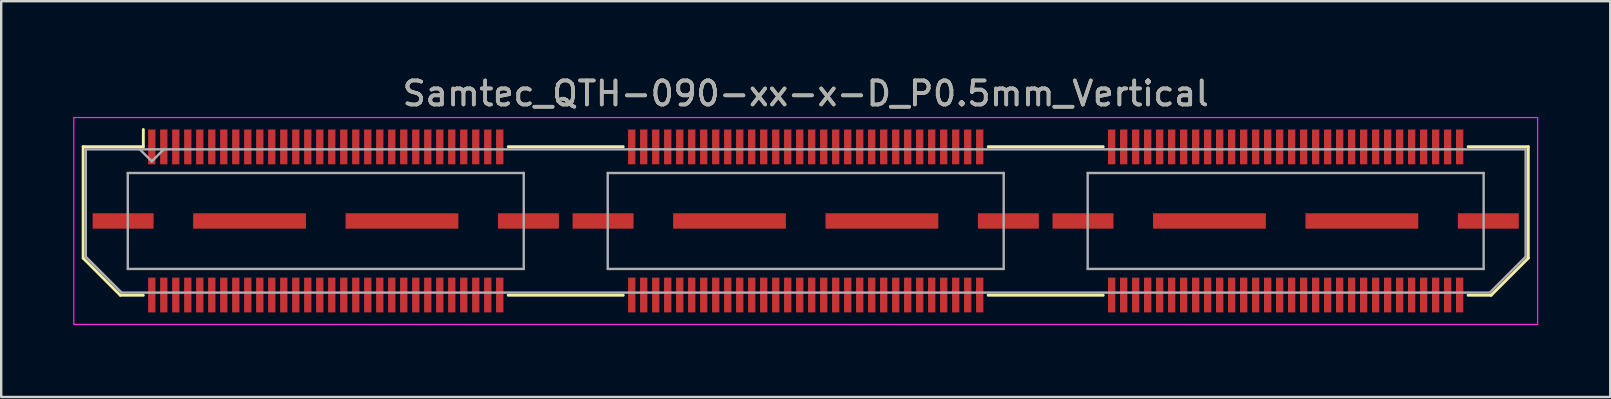
<source format=kicad_pcb>
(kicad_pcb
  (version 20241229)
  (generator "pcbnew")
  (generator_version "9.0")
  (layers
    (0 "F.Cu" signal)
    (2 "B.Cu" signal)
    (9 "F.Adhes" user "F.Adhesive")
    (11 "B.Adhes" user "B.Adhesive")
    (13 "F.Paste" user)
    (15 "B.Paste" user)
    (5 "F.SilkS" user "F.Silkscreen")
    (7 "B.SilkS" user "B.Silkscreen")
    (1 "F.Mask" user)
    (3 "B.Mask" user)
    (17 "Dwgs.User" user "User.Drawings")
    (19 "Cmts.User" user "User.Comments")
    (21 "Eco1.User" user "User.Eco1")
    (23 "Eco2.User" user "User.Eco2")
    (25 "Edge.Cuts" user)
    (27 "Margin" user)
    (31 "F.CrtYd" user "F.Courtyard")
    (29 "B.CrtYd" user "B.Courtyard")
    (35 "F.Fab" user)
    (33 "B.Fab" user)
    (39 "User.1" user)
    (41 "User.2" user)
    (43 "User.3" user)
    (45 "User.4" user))
  (footprint "Samtec_QTH-090-xx-x-D_P0.5mm_Vertical"
    (layer "F.Cu")
    (at 30.525 6.158)
    (property "Reference" "Samtec_QTH-090-xx-x-D_P0.5mm_Vertical" (at 0 -5.31 0) (layer "F.SilkS") (effects (font (size 1 1) (thickness 0.15))))
    (attr smd)
    (fp_line (start -30.11 -3.095) (end -30.11 1.548) (stroke (width 0.12) (type solid)) (layer "F.SilkS"))
    (fp_line (start -30.11 1.548) (end -28.562 3.095) (stroke (width 0.12) (type solid)) (layer "F.SilkS"))
    (fp_line (start -28.562 3.095) (end -27.602 3.095) (stroke (width 0.12) (type solid)) (layer "F.SilkS"))
    (fp_line (start -27.602 -3.811) (end -27.602 -3.095) (stroke (width 0.12) (type solid)) (layer "F.SilkS"))
    (fp_line (start -27.602 -3.095) (end -30.11 -3.095) (stroke (width 0.12) (type solid)) (layer "F.SilkS"))
    (fp_line (start -12.398 -3.095) (end -7.603 -3.095) (stroke (width 0.12) (type solid)) (layer "F.SilkS"))
    (fp_line (start -12.398 3.095) (end -7.603 3.095) (stroke (width 0.12) (type solid)) (layer "F.SilkS"))
    (fp_line (start 7.603 -3.095) (end 12.398 -3.095) (stroke (width 0.12) (type solid)) (layer "F.SilkS"))
    (fp_line (start 7.603 3.095) (end 12.398 3.095) (stroke (width 0.12) (type solid)) (layer "F.SilkS"))
    (fp_line (start 27.602 -3.095) (end 30.11 -3.095) (stroke (width 0.12) (type solid)) (layer "F.SilkS"))
    (fp_line (start 28.562 3.095) (end 27.602 3.095) (stroke (width 0.12) (type solid)) (layer "F.SilkS"))
    (fp_line (start 30.11 -3.095) (end 30.11 1.548) (stroke (width 0.12) (type solid)) (layer "F.SilkS"))
    (fp_line (start 30.11 1.548) (end 28.562 3.095) (stroke (width 0.12) (type solid)) (layer "F.SilkS"))
    (fp_line (start -30.5 -4.31) (end -30.5 4.31) (stroke (width 0.05) (type solid)) (layer "F.CrtYd"))
    (fp_line (start -30.5 4.31) (end 30.5 4.31) (stroke (width 0.05) (type solid)) (layer "F.CrtYd"))
    (fp_line (start 30.5 -4.31) (end -30.5 -4.31) (stroke (width 0.05) (type solid)) (layer "F.CrtYd"))
    (fp_line (start 30.5 4.31) (end 30.5 -4.31) (stroke (width 0.05) (type solid)) (layer "F.CrtYd"))
    (fp_line (start -30 -2.985) (end -30 1.492) (stroke (width 0.1) (type solid)) (layer "F.Fab"))
    (fp_line (start -30 -2.985) (end 30 -2.985) (stroke (width 0.1) (type solid)) (layer "F.Fab"))
    (fp_line (start -30 1.492) (end -28.508 2.985) (stroke (width 0.1) (type solid)) (layer "F.Fab"))
    (fp_line (start -28.508 2.985) (end 28.508 2.985) (stroke (width 0.1) (type solid)) (layer "F.Fab"))
    (fp_line (start -28.25 -2) (end -28.25 2) (stroke (width 0.1) (type solid)) (layer "F.Fab"))
    (fp_line (start -28.25 2) (end -11.75 2) (stroke (width 0.1) (type solid)) (layer "F.Fab"))
    (fp_line (start -27.25 -2.485) (end -27.75 -2.985) (stroke (width 0.1) (type solid)) (layer "F.Fab"))
    (fp_line (start -26.75 -2.985) (end -27.25 -2.485) (stroke (width 0.1) (type solid)) (layer "F.Fab"))
    (fp_line (start -11.75 -2) (end -28.25 -2) (stroke (width 0.1) (type solid)) (layer "F.Fab"))
    (fp_line (start -11.75 2) (end -11.75 -2) (stroke (width 0.1) (type solid)) (layer "F.Fab"))
    (fp_line (start -8.25 -2) (end -8.25 2) (stroke (width 0.1) (type solid)) (layer "F.Fab"))
    (fp_line (start -8.25 2) (end 8.25 2) (stroke (width 0.1) (type solid)) (layer "F.Fab"))
    (fp_line (start 8.25 -2) (end -8.25 -2) (stroke (width 0.1) (type solid)) (layer "F.Fab"))
    (fp_line (start 8.25 2) (end 8.25 -2) (stroke (width 0.1) (type solid)) (layer "F.Fab"))
    (fp_line (start 11.75 -2) (end 11.75 2) (stroke (width 0.1) (type solid)) (layer "F.Fab"))
    (fp_line (start 11.75 2) (end 28.25 2) (stroke (width 0.1) (type solid)) (layer "F.Fab"))
    (fp_line (start 28.25 -2) (end 11.75 -2) (stroke (width 0.1) (type solid)) (layer "F.Fab"))
    (fp_line (start 28.25 2) (end 28.25 -2) (stroke (width 0.1) (type solid)) (layer "F.Fab"))
    (fp_line (start 30 -2.985) (end 30 1.492) (stroke (width 0.1) (type solid)) (layer "F.Fab"))
    (fp_line (start 30 1.492) (end 28.508 2.985) (stroke (width 0.1) (type solid)) (layer "F.Fab"))
    (fp_text user "${REFERENCE}" (at 0 -5.31 0) (layer "F.Fab") (effects (font (size 1 1) (thickness 0.15))))
    (pad "1" smd rect (at -27.25 -3.086) (size 0.305 1.45) (layers "F.Cu" "F.Mask" "F.Paste"))
    (pad "2" smd rect (at -27.25 3.086) (size 0.305 1.45) (layers "F.Cu" "F.Mask" "F.Paste"))
    (pad "3" smd rect (at -26.75 -3.086) (size 0.305 1.45) (layers "F.Cu" "F.Mask" "F.Paste"))
    (pad "4" smd rect (at -26.75 3.086) (size 0.305 1.45) (layers "F.Cu" "F.Mask" "F.Paste"))
    (pad "5" smd rect (at -26.25 -3.086) (size 0.305 1.45) (layers "F.Cu" "F.Mask" "F.Paste"))
    (pad "6" smd rect (at -26.25 3.086) (size 0.305 1.45) (layers "F.Cu" "F.Mask" "F.Paste"))
    (pad "7" smd rect (at -25.75 -3.086) (size 0.305 1.45) (layers "F.Cu" "F.Mask" "F.Paste"))
    (pad "8" smd rect (at -25.75 3.086) (size 0.305 1.45) (layers "F.Cu" "F.Mask" "F.Paste"))
    (pad "9" smd rect (at -25.25 -3.086) (size 0.305 1.45) (layers "F.Cu" "F.Mask" "F.Paste"))
    (pad "10" smd rect (at -25.25 3.086) (size 0.305 1.45) (layers "F.Cu" "F.Mask" "F.Paste"))
    (pad "11" smd rect (at -24.75 -3.086) (size 0.305 1.45) (layers "F.Cu" "F.Mask" "F.Paste"))
    (pad "12" smd rect (at -24.75 3.086) (size 0.305 1.45) (layers "F.Cu" "F.Mask" "F.Paste"))
    (pad "13" smd rect (at -24.25 -3.086) (size 0.305 1.45) (layers "F.Cu" "F.Mask" "F.Paste"))
    (pad "14" smd rect (at -24.25 3.086) (size 0.305 1.45) (layers "F.Cu" "F.Mask" "F.Paste"))
    (pad "15" smd rect (at -23.75 -3.086) (size 0.305 1.45) (layers "F.Cu" "F.Mask" "F.Paste"))
    (pad "16" smd rect (at -23.75 3.086) (size 0.305 1.45) (layers "F.Cu" "F.Mask" "F.Paste"))
    (pad "17" smd rect (at -23.25 -3.086) (size 0.305 1.45) (layers "F.Cu" "F.Mask" "F.Paste"))
    (pad "18" smd rect (at -23.25 3.086) (size 0.305 1.45) (layers "F.Cu" "F.Mask" "F.Paste"))
    (pad "19" smd rect (at -22.75 -3.086) (size 0.305 1.45) (layers "F.Cu" "F.Mask" "F.Paste"))
    (pad "20" smd rect (at -22.75 3.086) (size 0.305 1.45) (layers "F.Cu" "F.Mask" "F.Paste"))
    (pad "21" smd rect (at -22.25 -3.086) (size 0.305 1.45) (layers "F.Cu" "F.Mask" "F.Paste"))
    (pad "22" smd rect (at -22.25 3.086) (size 0.305 1.45) (layers "F.Cu" "F.Mask" "F.Paste"))
    (pad "23" smd rect (at -21.75 -3.086) (size 0.305 1.45) (layers "F.Cu" "F.Mask" "F.Paste"))
    (pad "24" smd rect (at -21.75 3.086) (size 0.305 1.45) (layers "F.Cu" "F.Mask" "F.Paste"))
    (pad "25" smd rect (at -21.25 -3.086) (size 0.305 1.45) (layers "F.Cu" "F.Mask" "F.Paste"))
    (pad "26" smd rect (at -21.25 3.086) (size 0.305 1.45) (layers "F.Cu" "F.Mask" "F.Paste"))
    (pad "27" smd rect (at -20.75 -3.086) (size 0.305 1.45) (layers "F.Cu" "F.Mask" "F.Paste"))
    (pad "28" smd rect (at -20.75 3.086) (size 0.305 1.45) (layers "F.Cu" "F.Mask" "F.Paste"))
    (pad "29" smd rect (at -20.25 -3.086) (size 0.305 1.45) (layers "F.Cu" "F.Mask" "F.Paste"))
    (pad "30" smd rect (at -20.25 3.086) (size 0.305 1.45) (layers "F.Cu" "F.Mask" "F.Paste"))
    (pad "31" smd rect (at -19.75 -3.086) (size 0.305 1.45) (layers "F.Cu" "F.Mask" "F.Paste"))
    (pad "32" smd rect (at -19.75 3.086) (size 0.305 1.45) (layers "F.Cu" "F.Mask" "F.Paste"))
    (pad "33" smd rect (at -19.25 -3.086) (size 0.305 1.45) (layers "F.Cu" "F.Mask" "F.Paste"))
    (pad "34" smd rect (at -19.25 3.086) (size 0.305 1.45) (layers "F.Cu" "F.Mask" "F.Paste"))
    (pad "35" smd rect (at -18.75 -3.086) (size 0.305 1.45) (layers "F.Cu" "F.Mask" "F.Paste"))
    (pad "36" smd rect (at -18.75 3.086) (size 0.305 1.45) (layers "F.Cu" "F.Mask" "F.Paste"))
    (pad "37" smd rect (at -18.25 -3.086) (size 0.305 1.45) (layers "F.Cu" "F.Mask" "F.Paste"))
    (pad "38" smd rect (at -18.25 3.086) (size 0.305 1.45) (layers "F.Cu" "F.Mask" "F.Paste"))
    (pad "39" smd rect (at -17.75 -3.086) (size 0.305 1.45) (layers "F.Cu" "F.Mask" "F.Paste"))
    (pad "40" smd rect (at -17.75 3.086) (size 0.305 1.45) (layers "F.Cu" "F.Mask" "F.Paste"))
    (pad "41" smd rect (at -17.25 -3.086) (size 0.305 1.45) (layers "F.Cu" "F.Mask" "F.Paste"))
    (pad "42" smd rect (at -17.25 3.086) (size 0.305 1.45) (layers "F.Cu" "F.Mask" "F.Paste"))
    (pad "43" smd rect (at -16.75 -3.086) (size 0.305 1.45) (layers "F.Cu" "F.Mask" "F.Paste"))
    (pad "44" smd rect (at -16.75 3.086) (size 0.305 1.45) (layers "F.Cu" "F.Mask" "F.Paste"))
    (pad "45" smd rect (at -16.25 -3.086) (size 0.305 1.45) (layers "F.Cu" "F.Mask" "F.Paste"))
    (pad "46" smd rect (at -16.25 3.086) (size 0.305 1.45) (layers "F.Cu" "F.Mask" "F.Paste"))
    (pad "47" smd rect (at -15.75 -3.086) (size 0.305 1.45) (layers "F.Cu" "F.Mask" "F.Paste"))
    (pad "48" smd rect (at -15.75 3.086) (size 0.305 1.45) (layers "F.Cu" "F.Mask" "F.Paste"))
    (pad "49" smd rect (at -15.25 -3.086) (size 0.305 1.45) (layers "F.Cu" "F.Mask" "F.Paste"))
    (pad "50" smd rect (at -15.25 3.086) (size 0.305 1.45) (layers "F.Cu" "F.Mask" "F.Paste"))
    (pad "51" smd rect (at -14.75 -3.086) (size 0.305 1.45) (layers "F.Cu" "F.Mask" "F.Paste"))
    (pad "52" smd rect (at -14.75 3.086) (size 0.305 1.45) (layers "F.Cu" "F.Mask" "F.Paste"))
    (pad "53" smd rect (at -14.25 -3.086) (size 0.305 1.45) (layers "F.Cu" "F.Mask" "F.Paste"))
    (pad "54" smd rect (at -14.25 3.086) (size 0.305 1.45) (layers "F.Cu" "F.Mask" "F.Paste"))
    (pad "55" smd rect (at -13.75 -3.086) (size 0.305 1.45) (layers "F.Cu" "F.Mask" "F.Paste"))
    (pad "56" smd rect (at -13.75 3.086) (size 0.305 1.45) (layers "F.Cu" "F.Mask" "F.Paste"))
    (pad "57" smd rect (at -13.25 -3.086) (size 0.305 1.45) (layers "F.Cu" "F.Mask" "F.Paste"))
    (pad "58" smd rect (at -13.25 3.086) (size 0.305 1.45) (layers "F.Cu" "F.Mask" "F.Paste"))
    (pad "59" smd rect (at -12.75 -3.086) (size 0.305 1.45) (layers "F.Cu" "F.Mask" "F.Paste"))
    (pad "60" smd rect (at -12.75 3.086) (size 0.305 1.45) (layers "F.Cu" "F.Mask" "F.Paste"))
    (pad "61" smd rect (at -7.25 -3.086) (size 0.305 1.45) (layers "F.Cu" "F.Mask" "F.Paste"))
    (pad "62" smd rect (at -7.25 3.086) (size 0.305 1.45) (layers "F.Cu" "F.Mask" "F.Paste"))
    (pad "63" smd rect (at -6.75 -3.086) (size 0.305 1.45) (layers "F.Cu" "F.Mask" "F.Paste"))
    (pad "64" smd rect (at -6.75 3.086) (size 0.305 1.45) (layers "F.Cu" "F.Mask" "F.Paste"))
    (pad "65" smd rect (at -6.25 -3.086) (size 0.305 1.45) (layers "F.Cu" "F.Mask" "F.Paste"))
    (pad "66" smd rect (at -6.25 3.086) (size 0.305 1.45) (layers "F.Cu" "F.Mask" "F.Paste"))
    (pad "67" smd rect (at -5.75 -3.086) (size 0.305 1.45) (layers "F.Cu" "F.Mask" "F.Paste"))
    (pad "68" smd rect (at -5.75 3.086) (size 0.305 1.45) (layers "F.Cu" "F.Mask" "F.Paste"))
    (pad "69" smd rect (at -5.25 -3.086) (size 0.305 1.45) (layers "F.Cu" "F.Mask" "F.Paste"))
    (pad "70" smd rect (at -5.25 3.086) (size 0.305 1.45) (layers "F.Cu" "F.Mask" "F.Paste"))
    (pad "71" smd rect (at -4.75 -3.086) (size 0.305 1.45) (layers "F.Cu" "F.Mask" "F.Paste"))
    (pad "72" smd rect (at -4.75 3.086) (size 0.305 1.45) (layers "F.Cu" "F.Mask" "F.Paste"))
    (pad "73" smd rect (at -4.25 -3.086) (size 0.305 1.45) (layers "F.Cu" "F.Mask" "F.Paste"))
    (pad "74" smd rect (at -4.25 3.086) (size 0.305 1.45) (layers "F.Cu" "F.Mask" "F.Paste"))
    (pad "75" smd rect (at -3.75 -3.086) (size 0.305 1.45) (layers "F.Cu" "F.Mask" "F.Paste"))
    (pad "76" smd rect (at -3.75 3.086) (size 0.305 1.45) (layers "F.Cu" "F.Mask" "F.Paste"))
    (pad "77" smd rect (at -3.25 -3.086) (size 0.305 1.45) (layers "F.Cu" "F.Mask" "F.Paste"))
    (pad "78" smd rect (at -3.25 3.086) (size 0.305 1.45) (layers "F.Cu" "F.Mask" "F.Paste"))
    (pad "79" smd rect (at -2.75 -3.086) (size 0.305 1.45) (layers "F.Cu" "F.Mask" "F.Paste"))
    (pad "80" smd rect (at -2.75 3.086) (size 0.305 1.45) (layers "F.Cu" "F.Mask" "F.Paste"))
    (pad "81" smd rect (at -2.25 -3.086) (size 0.305 1.45) (layers "F.Cu" "F.Mask" "F.Paste"))
    (pad "82" smd rect (at -2.25 3.086) (size 0.305 1.45) (layers "F.Cu" "F.Mask" "F.Paste"))
    (pad "83" smd rect (at -1.75 -3.086) (size 0.305 1.45) (layers "F.Cu" "F.Mask" "F.Paste"))
    (pad "84" smd rect (at -1.75 3.086) (size 0.305 1.45) (layers "F.Cu" "F.Mask" "F.Paste"))
    (pad "85" smd rect (at -1.25 -3.086) (size 0.305 1.45) (layers "F.Cu" "F.Mask" "F.Paste"))
    (pad "86" smd rect (at -1.25 3.086) (size 0.305 1.45) (layers "F.Cu" "F.Mask" "F.Paste"))
    (pad "87" smd rect (at -0.75 -3.086) (size 0.305 1.45) (layers "F.Cu" "F.Mask" "F.Paste"))
    (pad "88" smd rect (at -0.75 3.086) (size 0.305 1.45) (layers "F.Cu" "F.Mask" "F.Paste"))
    (pad "89" smd rect (at -0.25 -3.086) (size 0.305 1.45) (layers "F.Cu" "F.Mask" "F.Paste"))
    (pad "90" smd rect (at -0.25 3.086) (size 0.305 1.45) (layers "F.Cu" "F.Mask" "F.Paste"))
    (pad "91" smd rect (at 0.25 -3.086) (size 0.305 1.45) (layers "F.Cu" "F.Mask" "F.Paste"))
    (pad "92" smd rect (at 0.25 3.086) (size 0.305 1.45) (layers "F.Cu" "F.Mask" "F.Paste"))
    (pad "93" smd rect (at 0.75 -3.086) (size 0.305 1.45) (layers "F.Cu" "F.Mask" "F.Paste"))
    (pad "94" smd rect (at 0.75 3.086) (size 0.305 1.45) (layers "F.Cu" "F.Mask" "F.Paste"))
    (pad "95" smd rect (at 1.25 -3.086) (size 0.305 1.45) (layers "F.Cu" "F.Mask" "F.Paste"))
    (pad "96" smd rect (at 1.25 3.086) (size 0.305 1.45) (layers "F.Cu" "F.Mask" "F.Paste"))
    (pad "97" smd rect (at 1.75 -3.086) (size 0.305 1.45) (layers "F.Cu" "F.Mask" "F.Paste"))
    (pad "98" smd rect (at 1.75 3.086) (size 0.305 1.45) (layers "F.Cu" "F.Mask" "F.Paste"))
    (pad "99" smd rect (at 2.25 -3.086) (size 0.305 1.45) (layers "F.Cu" "F.Mask" "F.Paste"))
    (pad "100" smd rect (at 2.25 3.086) (size 0.305 1.45) (layers "F.Cu" "F.Mask" "F.Paste"))
    (pad "101" smd rect (at 2.75 -3.086) (size 0.305 1.45) (layers "F.Cu" "F.Mask" "F.Paste"))
    (pad "102" smd rect (at 2.75 3.086) (size 0.305 1.45) (layers "F.Cu" "F.Mask" "F.Paste"))
    (pad "103" smd rect (at 3.25 -3.086) (size 0.305 1.45) (layers "F.Cu" "F.Mask" "F.Paste"))
    (pad "104" smd rect (at 3.25 3.086) (size 0.305 1.45) (layers "F.Cu" "F.Mask" "F.Paste"))
    (pad "105" smd rect (at 3.75 -3.086) (size 0.305 1.45) (layers "F.Cu" "F.Mask" "F.Paste"))
    (pad "106" smd rect (at 3.75 3.086) (size 0.305 1.45) (layers "F.Cu" "F.Mask" "F.Paste"))
    (pad "107" smd rect (at 4.25 -3.086) (size 0.305 1.45) (layers "F.Cu" "F.Mask" "F.Paste"))
    (pad "108" smd rect (at 4.25 3.086) (size 0.305 1.45) (layers "F.Cu" "F.Mask" "F.Paste"))
    (pad "109" smd rect (at 4.75 -3.086) (size 0.305 1.45) (layers "F.Cu" "F.Mask" "F.Paste"))
    (pad "110" smd rect (at 4.75 3.086) (size 0.305 1.45) (layers "F.Cu" "F.Mask" "F.Paste"))
    (pad "111" smd rect (at 5.25 -3.086) (size 0.305 1.45) (layers "F.Cu" "F.Mask" "F.Paste"))
    (pad "112" smd rect (at 5.25 3.086) (size 0.305 1.45) (layers "F.Cu" "F.Mask" "F.Paste"))
    (pad "113" smd rect (at 5.75 -3.086) (size 0.305 1.45) (layers "F.Cu" "F.Mask" "F.Paste"))
    (pad "114" smd rect (at 5.75 3.086) (size 0.305 1.45) (layers "F.Cu" "F.Mask" "F.Paste"))
    (pad "115" smd rect (at 6.25 -3.086) (size 0.305 1.45) (layers "F.Cu" "F.Mask" "F.Paste"))
    (pad "116" smd rect (at 6.25 3.086) (size 0.305 1.45) (layers "F.Cu" "F.Mask" "F.Paste"))
    (pad "117" smd rect (at 6.75 -3.086) (size 0.305 1.45) (layers "F.Cu" "F.Mask" "F.Paste"))
    (pad "118" smd rect (at 6.75 3.086) (size 0.305 1.45) (layers "F.Cu" "F.Mask" "F.Paste"))
    (pad "119" smd rect (at 7.25 -3.086) (size 0.305 1.45) (layers "F.Cu" "F.Mask" "F.Paste"))
    (pad "120" smd rect (at 7.25 3.086) (size 0.305 1.45) (layers "F.Cu" "F.Mask" "F.Paste"))
    (pad "121" smd rect (at 12.75 -3.086) (size 0.305 1.45) (layers "F.Cu" "F.Mask" "F.Paste"))
    (pad "122" smd rect (at 12.75 3.086) (size 0.305 1.45) (layers "F.Cu" "F.Mask" "F.Paste"))
    (pad "123" smd rect (at 13.25 -3.086) (size 0.305 1.45) (layers "F.Cu" "F.Mask" "F.Paste"))
    (pad "124" smd rect (at 13.25 3.086) (size 0.305 1.45) (layers "F.Cu" "F.Mask" "F.Paste"))
    (pad "125" smd rect (at 13.75 -3.086) (size 0.305 1.45) (layers "F.Cu" "F.Mask" "F.Paste"))
    (pad "126" smd rect (at 13.75 3.086) (size 0.305 1.45) (layers "F.Cu" "F.Mask" "F.Paste"))
    (pad "127" smd rect (at 14.25 -3.086) (size 0.305 1.45) (layers "F.Cu" "F.Mask" "F.Paste"))
    (pad "128" smd rect (at 14.25 3.086) (size 0.305 1.45) (layers "F.Cu" "F.Mask" "F.Paste"))
    (pad "129" smd rect (at 14.75 -3.086) (size 0.305 1.45) (layers "F.Cu" "F.Mask" "F.Paste"))
    (pad "130" smd rect (at 14.75 3.086) (size 0.305 1.45) (layers "F.Cu" "F.Mask" "F.Paste"))
    (pad "131" smd rect (at 15.25 -3.086) (size 0.305 1.45) (layers "F.Cu" "F.Mask" "F.Paste"))
    (pad "132" smd rect (at 15.25 3.086) (size 0.305 1.45) (layers "F.Cu" "F.Mask" "F.Paste"))
    (pad "133" smd rect (at 15.75 -3.086) (size 0.305 1.45) (layers "F.Cu" "F.Mask" "F.Paste"))
    (pad "134" smd rect (at 15.75 3.086) (size 0.305 1.45) (layers "F.Cu" "F.Mask" "F.Paste"))
    (pad "135" smd rect (at 16.25 -3.086) (size 0.305 1.45) (layers "F.Cu" "F.Mask" "F.Paste"))
    (pad "136" smd rect (at 16.25 3.086) (size 0.305 1.45) (layers "F.Cu" "F.Mask" "F.Paste"))
    (pad "137" smd rect (at 16.75 -3.086) (size 0.305 1.45) (layers "F.Cu" "F.Mask" "F.Paste"))
    (pad "138" smd rect (at 16.75 3.086) (size 0.305 1.45) (layers "F.Cu" "F.Mask" "F.Paste"))
    (pad "139" smd rect (at 17.25 -3.086) (size 0.305 1.45) (layers "F.Cu" "F.Mask" "F.Paste"))
    (pad "140" smd rect (at 17.25 3.086) (size 0.305 1.45) (layers "F.Cu" "F.Mask" "F.Paste"))
    (pad "141" smd rect (at 17.75 -3.086) (size 0.305 1.45) (layers "F.Cu" "F.Mask" "F.Paste"))
    (pad "142" smd rect (at 17.75 3.086) (size 0.305 1.45) (layers "F.Cu" "F.Mask" "F.Paste"))
    (pad "143" smd rect (at 18.25 -3.086) (size 0.305 1.45) (layers "F.Cu" "F.Mask" "F.Paste"))
    (pad "144" smd rect (at 18.25 3.086) (size 0.305 1.45) (layers "F.Cu" "F.Mask" "F.Paste"))
    (pad "145" smd rect (at 18.75 -3.086) (size 0.305 1.45) (layers "F.Cu" "F.Mask" "F.Paste"))
    (pad "146" smd rect (at 18.75 3.086) (size 0.305 1.45) (layers "F.Cu" "F.Mask" "F.Paste"))
    (pad "147" smd rect (at 19.25 -3.086) (size 0.305 1.45) (layers "F.Cu" "F.Mask" "F.Paste"))
    (pad "148" smd rect (at 19.25 3.086) (size 0.305 1.45) (layers "F.Cu" "F.Mask" "F.Paste"))
    (pad "149" smd rect (at 19.75 -3.086) (size 0.305 1.45) (layers "F.Cu" "F.Mask" "F.Paste"))
    (pad "150" smd rect (at 19.75 3.086) (size 0.305 1.45) (layers "F.Cu" "F.Mask" "F.Paste"))
    (pad "151" smd rect (at 20.25 -3.086) (size 0.305 1.45) (layers "F.Cu" "F.Mask" "F.Paste"))
    (pad "152" smd rect (at 20.25 3.086) (size 0.305 1.45) (layers "F.Cu" "F.Mask" "F.Paste"))
    (pad "153" smd rect (at 20.75 -3.086) (size 0.305 1.45) (layers "F.Cu" "F.Mask" "F.Paste"))
    (pad "154" smd rect (at 20.75 3.086) (size 0.305 1.45) (layers "F.Cu" "F.Mask" "F.Paste"))
    (pad "155" smd rect (at 21.25 -3.086) (size 0.305 1.45) (layers "F.Cu" "F.Mask" "F.Paste"))
    (pad "156" smd rect (at 21.25 3.086) (size 0.305 1.45) (layers "F.Cu" "F.Mask" "F.Paste"))
    (pad "157" smd rect (at 21.75 -3.086) (size 0.305 1.45) (layers "F.Cu" "F.Mask" "F.Paste"))
    (pad "158" smd rect (at 21.75 3.086) (size 0.305 1.45) (layers "F.Cu" "F.Mask" "F.Paste"))
    (pad "159" smd rect (at 22.25 -3.086) (size 0.305 1.45) (layers "F.Cu" "F.Mask" "F.Paste"))
    (pad "160" smd rect (at 22.25 3.086) (size 0.305 1.45) (layers "F.Cu" "F.Mask" "F.Paste"))
    (pad "161" smd rect (at 22.75 -3.086) (size 0.305 1.45) (layers "F.Cu" "F.Mask" "F.Paste"))
    (pad "162" smd rect (at 22.75 3.086) (size 0.305 1.45) (layers "F.Cu" "F.Mask" "F.Paste"))
    (pad "163" smd rect (at 23.25 -3.086) (size 0.305 1.45) (layers "F.Cu" "F.Mask" "F.Paste"))
    (pad "164" smd rect (at 23.25 3.086) (size 0.305 1.45) (layers "F.Cu" "F.Mask" "F.Paste"))
    (pad "165" smd rect (at 23.75 -3.086) (size 0.305 1.45) (layers "F.Cu" "F.Mask" "F.Paste"))
    (pad "166" smd rect (at 23.75 3.086) (size 0.305 1.45) (layers "F.Cu" "F.Mask" "F.Paste"))
    (pad "167" smd rect (at 24.25 -3.086) (size 0.305 1.45) (layers "F.Cu" "F.Mask" "F.Paste"))
    (pad "168" smd rect (at 24.25 3.086) (size 0.305 1.45) (layers "F.Cu" "F.Mask" "F.Paste"))
    (pad "169" smd rect (at 24.75 -3.086) (size 0.305 1.45) (layers "F.Cu" "F.Mask" "F.Paste"))
    (pad "170" smd rect (at 24.75 3.086) (size 0.305 1.45) (layers "F.Cu" "F.Mask" "F.Paste"))
    (pad "171" smd rect (at 25.25 -3.086) (size 0.305 1.45) (layers "F.Cu" "F.Mask" "F.Paste"))
    (pad "172" smd rect (at 25.25 3.086) (size 0.305 1.45) (layers "F.Cu" "F.Mask" "F.Paste"))
    (pad "173" smd rect (at 25.75 -3.086) (size 0.305 1.45) (layers "F.Cu" "F.Mask" "F.Paste"))
    (pad "174" smd rect (at 25.75 3.086) (size 0.305 1.45) (layers "F.Cu" "F.Mask" "F.Paste"))
    (pad "175" smd rect (at 26.25 -3.086) (size 0.305 1.45) (layers "F.Cu" "F.Mask" "F.Paste"))
    (pad "176" smd rect (at 26.25 3.086) (size 0.305 1.45) (layers "F.Cu" "F.Mask" "F.Paste"))
    (pad "177" smd rect (at 26.75 -3.086) (size 0.305 1.45) (layers "F.Cu" "F.Mask" "F.Paste"))
    (pad "178" smd rect (at 26.75 3.086) (size 0.305 1.45) (layers "F.Cu" "F.Mask" "F.Paste"))
    (pad "179" smd rect (at 27.25 -3.086) (size 0.305 1.45) (layers "F.Cu" "F.Mask" "F.Paste"))
    (pad "180" smd rect (at 27.25 3.086) (size 0.305 1.45) (layers "F.Cu" "F.Mask" "F.Paste"))
    (pad "P1" smd rect (at -28.445 0) (size 2.54 0.64) (layers "F.Cu" "F.Mask" "F.Paste"))
    (pad "P1" smd rect (at -23.175 0) (size 4.7 0.64) (layers "F.Cu" "F.Mask" "F.Paste"))
    (pad "P1" smd rect (at -16.825 0) (size 4.7 0.64) (layers "F.Cu" "F.Mask" "F.Paste"))
    (pad "P1" smd rect (at -11.555 0) (size 2.54 0.64) (layers "F.Cu" "F.Mask" "F.Paste"))
    (pad "P2" smd rect (at -8.445 0) (size 2.54 0.64) (layers "F.Cu" "F.Mask" "F.Paste"))
    (pad "P2" smd rect (at -3.175 0) (size 4.7 0.64) (layers "F.Cu" "F.Mask" "F.Paste"))
    (pad "P2" smd rect (at 3.175 0) (size 4.7 0.64) (layers "F.Cu" "F.Mask" "F.Paste"))
    (pad "P2" smd rect (at 8.445 0) (size 2.54 0.64) (layers "F.Cu" "F.Mask" "F.Paste"))
    (pad "P3" smd rect (at 11.555 0) (size 2.54 0.64) (layers "F.Cu" "F.Mask" "F.Paste"))
    (pad "P3" smd rect (at 16.825 0) (size 4.7 0.64) (layers "F.Cu" "F.Mask" "F.Paste"))
    (pad "P3" smd rect (at 23.175 0) (size 4.7 0.64) (layers "F.Cu" "F.Mask" "F.Paste"))
    (pad "P3" smd rect (at 28.445 0) (size 2.54 0.64) (layers "F.Cu" "F.Mask" "F.Paste")))
  (gr_rect
    (start -3 -3)
    (end 64.05 13.493)
    (stroke (width 0.1) (type default))
    (fill no)
    (layer "Edge.Cuts")))
</source>
